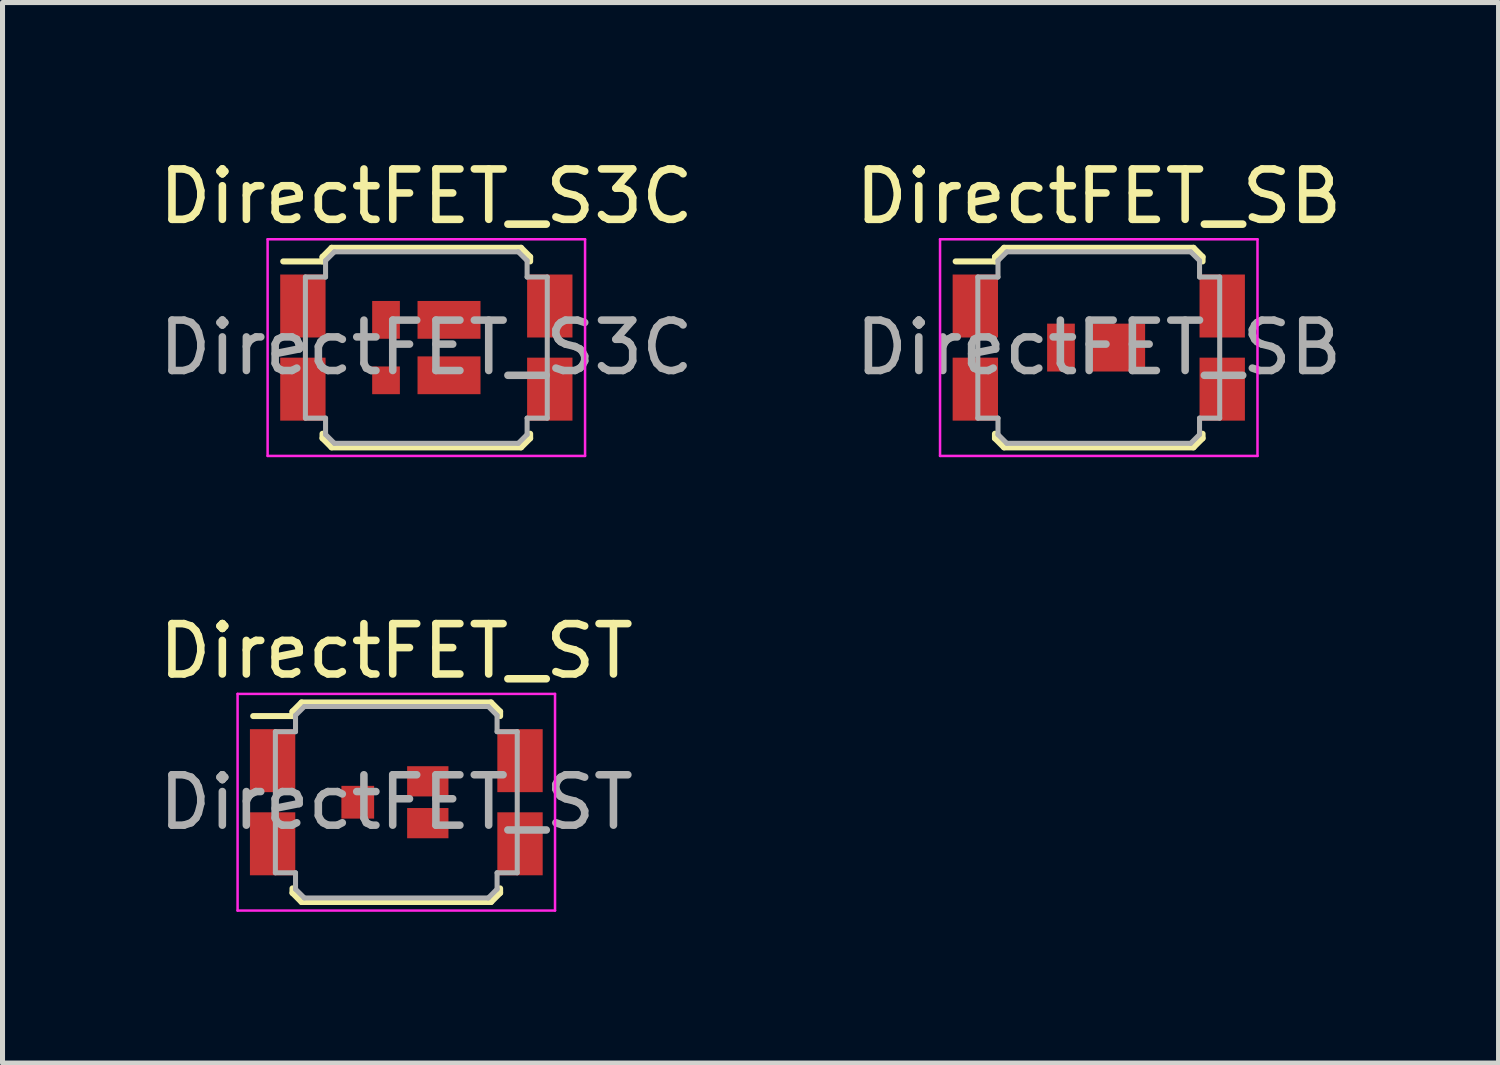
<source format=kicad_pcb>
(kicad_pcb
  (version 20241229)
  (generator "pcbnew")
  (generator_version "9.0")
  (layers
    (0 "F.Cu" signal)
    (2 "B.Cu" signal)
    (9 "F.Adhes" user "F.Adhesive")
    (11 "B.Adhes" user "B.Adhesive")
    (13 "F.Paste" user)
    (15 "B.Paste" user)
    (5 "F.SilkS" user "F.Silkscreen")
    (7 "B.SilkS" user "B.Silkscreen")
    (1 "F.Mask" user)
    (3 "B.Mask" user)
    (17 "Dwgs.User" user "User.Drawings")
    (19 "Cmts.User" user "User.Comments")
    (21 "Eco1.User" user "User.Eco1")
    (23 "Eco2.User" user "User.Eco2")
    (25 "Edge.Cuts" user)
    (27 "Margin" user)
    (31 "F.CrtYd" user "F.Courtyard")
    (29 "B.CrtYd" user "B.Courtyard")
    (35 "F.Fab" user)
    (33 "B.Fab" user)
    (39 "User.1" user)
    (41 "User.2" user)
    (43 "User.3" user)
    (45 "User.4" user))
  (footprint "DirectFET_SB"
    (layer "F.Cu")
    (at 18.756 3.848)
    (property "Reference" "DirectFET_SB" (at 0 -3 0) (layer "F.SilkS") (effects (font (size 1 1) (thickness 0.15))))
    (attr smd)
    (fp_line (start -2.84 -1.71) (end -2.06 -1.71) (stroke (width 0.12) (type solid)) (layer "F.SilkS"))
    (fp_line (start -2.06 -1.8) (end -1.88 -1.98) (stroke (width 0.12) (type solid)) (layer "F.SilkS"))
    (fp_line (start -2.06 -1.71) (end -2.06 -1.8) (stroke (width 0.12) (type solid)) (layer "F.SilkS"))
    (fp_line (start -2.06 1.71) (end -2.06 1.8) (stroke (width 0.12) (type solid)) (layer "F.SilkS"))
    (fp_line (start -2.06 1.8) (end -1.88 1.98) (stroke (width 0.12) (type solid)) (layer "F.SilkS"))
    (fp_line (start -1.88 -1.98) (end 1.88 -1.98) (stroke (width 0.12) (type solid)) (layer "F.SilkS"))
    (fp_line (start -1.88 1.98) (end 1.88 1.98) (stroke (width 0.12) (type solid)) (layer "F.SilkS"))
    (fp_line (start 2.06 -1.8) (end 1.88 -1.98) (stroke (width 0.12) (type solid)) (layer "F.SilkS"))
    (fp_line (start 2.06 -1.71) (end 2.06 -1.8) (stroke (width 0.12) (type solid)) (layer "F.SilkS"))
    (fp_line (start 2.06 1.71) (end 2.06 1.8) (stroke (width 0.12) (type solid)) (layer "F.SilkS"))
    (fp_line (start 2.06 1.8) (end 1.88 1.98) (stroke (width 0.12) (type solid)) (layer "F.SilkS"))
    (fp_line (start -3.15 -2.15) (end -3.15 2.15) (stroke (width 0.05) (type solid)) (layer "F.CrtYd"))
    (fp_line (start -3.15 -2.15) (end 3.15 -2.15) (stroke (width 0.05) (type solid)) (layer "F.CrtYd"))
    (fp_line (start -3.15 2.15) (end 3.15 2.15) (stroke (width 0.05) (type solid)) (layer "F.CrtYd"))
    (fp_line (start 3.15 -2.15) (end 3.15 2.15) (stroke (width 0.05) (type solid)) (layer "F.CrtYd"))
    (fp_line (start -2.4 -1.4) (end -2 -1.4) (stroke (width 0.1) (type solid)) (layer "F.Fab"))
    (fp_line (start -2.4 1.4) (end -2.4 -1.4) (stroke (width 0.1) (type solid)) (layer "F.Fab"))
    (fp_line (start -2.4 1.4) (end -2 1.4) (stroke (width 0.1) (type solid)) (layer "F.Fab"))
    (fp_line (start -2 -1.725) (end -1.825 -1.9) (stroke (width 0.1) (type solid)) (layer "F.Fab"))
    (fp_line (start -2 -1.4) (end -2 -1.725) (stroke (width 0.1) (type solid)) (layer "F.Fab"))
    (fp_line (start -2 1.4) (end -2 1.725) (stroke (width 0.1) (type solid)) (layer "F.Fab"))
    (fp_line (start -2 1.725) (end -1.825 1.9) (stroke (width 0.1) (type solid)) (layer "F.Fab"))
    (fp_line (start -1.825 -1.9) (end 1.825 -1.9) (stroke (width 0.1) (type solid)) (layer "F.Fab"))
    (fp_line (start -1.825 1.9) (end 1.825 1.9) (stroke (width 0.1) (type solid)) (layer "F.Fab"))
    (fp_line (start 1.825 -1.9) (end 2 -1.725) (stroke (width 0.1) (type solid)) (layer "F.Fab"))
    (fp_line (start 1.825 1.9) (end 2 1.725) (stroke (width 0.1) (type solid)) (layer "F.Fab"))
    (fp_line (start 2 -1.4) (end 2 -1.725) (stroke (width 0.1) (type solid)) (layer "F.Fab"))
    (fp_line (start 2 1.4) (end 2 1.725) (stroke (width 0.1) (type solid)) (layer "F.Fab"))
    (fp_line (start 2.4 -1.4) (end 2 -1.4) (stroke (width 0.1) (type solid)) (layer "F.Fab"))
    (fp_line (start 2.4 1.4) (end 2 1.4) (stroke (width 0.1) (type solid)) (layer "F.Fab"))
    (fp_line (start 2.4 1.4) (end 2.4 -1.4) (stroke (width 0.1) (type solid)) (layer "F.Fab"))
    (fp_text user "${REFERENCE}" (at 0 0 0) (layer "F.Fab") (effects (font (size 1 1) (thickness 0.15))))
    (pad "1" smd rect (at -2.45 -0.825) (size 0.9 1.25) (layers "F.Cu" "F.Mask" "F.Paste"))
    (pad "1" smd rect (at -2.45 0.825) (size 0.9 1.25) (layers "F.Cu" "F.Mask" "F.Paste"))
    (pad "1" smd rect (at 2.45 -0.825) (size 0.9 1.25) (layers "F.Cu" "F.Mask" "F.Paste"))
    (pad "1" smd rect (at 2.45 0.825) (size 0.9 1.25) (layers "F.Cu" "F.Mask" "F.Paste"))
    (pad "2" smd rect (at -0.75 0) (size 0.55 0.95) (layers "F.Cu" "F.Mask" "F.Paste"))
    (pad "3" smd rect (at 0.395 0) (size 1.05 0.95) (layers "F.Cu" "F.Mask" "F.Paste")))
  (footprint "DirectFET_S3C"
    (layer "F.Cu")
    (at 5.411 3.848)
    (property "Reference" "DirectFET_S3C" (at 0 -3 0) (layer "F.SilkS") (effects (font (size 1 1) (thickness 0.15))))
    (attr smd)
    (fp_line (start -2.84 -1.71) (end -2.06 -1.71) (stroke (width 0.12) (type solid)) (layer "F.SilkS"))
    (fp_line (start -2.06 -1.8) (end -1.88 -1.98) (stroke (width 0.12) (type solid)) (layer "F.SilkS"))
    (fp_line (start -2.06 -1.71) (end -2.06 -1.8) (stroke (width 0.12) (type solid)) (layer "F.SilkS"))
    (fp_line (start -2.06 1.71) (end -2.06 1.8) (stroke (width 0.12) (type solid)) (layer "F.SilkS"))
    (fp_line (start -2.06 1.8) (end -1.88 1.98) (stroke (width 0.12) (type solid)) (layer "F.SilkS"))
    (fp_line (start -1.88 -1.98) (end 1.88 -1.98) (stroke (width 0.12) (type solid)) (layer "F.SilkS"))
    (fp_line (start -1.88 1.98) (end 1.88 1.98) (stroke (width 0.12) (type solid)) (layer "F.SilkS"))
    (fp_line (start 2.06 -1.8) (end 1.88 -1.98) (stroke (width 0.12) (type solid)) (layer "F.SilkS"))
    (fp_line (start 2.06 -1.71) (end 2.06 -1.8) (stroke (width 0.12) (type solid)) (layer "F.SilkS"))
    (fp_line (start 2.06 1.71) (end 2.06 1.8) (stroke (width 0.12) (type solid)) (layer "F.SilkS"))
    (fp_line (start 2.06 1.8) (end 1.88 1.98) (stroke (width 0.12) (type solid)) (layer "F.SilkS"))
    (fp_line (start -3.15 -2.15) (end -3.15 2.15) (stroke (width 0.05) (type solid)) (layer "F.CrtYd"))
    (fp_line (start -3.15 -2.15) (end 3.15 -2.15) (stroke (width 0.05) (type solid)) (layer "F.CrtYd"))
    (fp_line (start -3.15 2.15) (end 3.15 2.15) (stroke (width 0.05) (type solid)) (layer "F.CrtYd"))
    (fp_line (start 3.15 -2.15) (end 3.15 2.15) (stroke (width 0.05) (type solid)) (layer "F.CrtYd"))
    (fp_line (start -2.4 -1.4) (end -2 -1.4) (stroke (width 0.1) (type solid)) (layer "F.Fab"))
    (fp_line (start -2.4 1.4) (end -2.4 -1.4) (stroke (width 0.1) (type solid)) (layer "F.Fab"))
    (fp_line (start -2.4 1.4) (end -2 1.4) (stroke (width 0.1) (type solid)) (layer "F.Fab"))
    (fp_line (start -2 -1.725) (end -1.825 -1.9) (stroke (width 0.1) (type solid)) (layer "F.Fab"))
    (fp_line (start -2 -1.4) (end -2 -1.725) (stroke (width 0.1) (type solid)) (layer "F.Fab"))
    (fp_line (start -2 1.4) (end -2 1.725) (stroke (width 0.1) (type solid)) (layer "F.Fab"))
    (fp_line (start -2 1.725) (end -1.825 1.9) (stroke (width 0.1) (type solid)) (layer "F.Fab"))
    (fp_line (start -1.825 -1.9) (end 1.825 -1.9) (stroke (width 0.1) (type solid)) (layer "F.Fab"))
    (fp_line (start -1.825 1.9) (end 1.825 1.9) (stroke (width 0.1) (type solid)) (layer "F.Fab"))
    (fp_line (start 1.825 -1.9) (end 2 -1.725) (stroke (width 0.1) (type solid)) (layer "F.Fab"))
    (fp_line (start 1.825 1.9) (end 2 1.725) (stroke (width 0.1) (type solid)) (layer "F.Fab"))
    (fp_line (start 2 -1.4) (end 2 -1.725) (stroke (width 0.1) (type solid)) (layer "F.Fab"))
    (fp_line (start 2 1.4) (end 2 1.725) (stroke (width 0.1) (type solid)) (layer "F.Fab"))
    (fp_line (start 2.4 -1.4) (end 2 -1.4) (stroke (width 0.1) (type solid)) (layer "F.Fab"))
    (fp_line (start 2.4 1.4) (end 2 1.4) (stroke (width 0.1) (type solid)) (layer "F.Fab"))
    (fp_line (start 2.4 1.4) (end 2.4 -1.4) (stroke (width 0.1) (type solid)) (layer "F.Fab"))
    (fp_text user "${REFERENCE}" (at 0 0 0) (layer "F.Fab") (effects (font (size 1 1) (thickness 0.15))))
    (pad "1" smd rect (at -2.45 -0.825) (size 0.9 1.25) (layers "F.Cu" "F.Mask" "F.Paste"))
    (pad "1" smd rect (at -2.45 0.825) (size 0.9 1.25) (layers "F.Cu" "F.Mask" "F.Paste"))
    (pad "1" smd rect (at 2.45 -0.825) (size 0.9 1.25) (layers "F.Cu" "F.Mask" "F.Paste"))
    (pad "1" smd rect (at 2.45 0.825) (size 0.9 1.25) (layers "F.Cu" "F.Mask" "F.Paste"))
    (pad "2" smd rect (at -0.8 0.65) (size 0.55 0.55) (layers "F.Cu" "F.Mask" "F.Paste"))
    (pad "3" smd rect (at -0.8 -0.55) (size 0.55 0.75) (layers "F.Cu" "F.Mask" "F.Paste"))
    (pad "3" smd rect (at 0.45 -0.55) (size 1.25 0.75) (layers "F.Cu" "F.Mask" "F.Paste"))
    (pad "3" smd rect (at 0.45 0.55) (size 1.25 0.75) (layers "F.Cu" "F.Mask" "F.Paste")))
  (footprint "DirectFET_ST"
    (layer "F.Cu")
    (at 4.815 12.871)
    (property "Reference" "DirectFET_ST" (at 0 -3 0) (layer "F.SilkS") (effects (font (size 1 1) (thickness 0.15))))
    (attr smd)
    (fp_line (start -2.84 -1.71) (end -2.06 -1.71) (stroke (width 0.12) (type solid)) (layer "F.SilkS"))
    (fp_line (start -2.06 -1.8) (end -1.88 -1.98) (stroke (width 0.12) (type solid)) (layer "F.SilkS"))
    (fp_line (start -2.06 -1.71) (end -2.06 -1.8) (stroke (width 0.12) (type solid)) (layer "F.SilkS"))
    (fp_line (start -2.06 1.71) (end -2.06 1.8) (stroke (width 0.12) (type solid)) (layer "F.SilkS"))
    (fp_line (start -2.06 1.8) (end -1.88 1.98) (stroke (width 0.12) (type solid)) (layer "F.SilkS"))
    (fp_line (start -1.88 -1.98) (end 1.88 -1.98) (stroke (width 0.12) (type solid)) (layer "F.SilkS"))
    (fp_line (start -1.88 1.98) (end 1.88 1.98) (stroke (width 0.12) (type solid)) (layer "F.SilkS"))
    (fp_line (start 2.06 -1.8) (end 1.88 -1.98) (stroke (width 0.12) (type solid)) (layer "F.SilkS"))
    (fp_line (start 2.06 -1.71) (end 2.06 -1.8) (stroke (width 0.12) (type solid)) (layer "F.SilkS"))
    (fp_line (start 2.06 1.71) (end 2.06 1.8) (stroke (width 0.12) (type solid)) (layer "F.SilkS"))
    (fp_line (start 2.06 1.8) (end 1.88 1.98) (stroke (width 0.12) (type solid)) (layer "F.SilkS"))
    (fp_line (start -3.15 -2.15) (end -3.15 2.15) (stroke (width 0.05) (type solid)) (layer "F.CrtYd"))
    (fp_line (start -3.15 -2.15) (end 3.15 -2.15) (stroke (width 0.05) (type solid)) (layer "F.CrtYd"))
    (fp_line (start -3.15 2.15) (end 3.15 2.15) (stroke (width 0.05) (type solid)) (layer "F.CrtYd"))
    (fp_line (start 3.15 -2.15) (end 3.15 2.15) (stroke (width 0.05) (type solid)) (layer "F.CrtYd"))
    (fp_line (start -2.4 -1.4) (end -2 -1.4) (stroke (width 0.1) (type solid)) (layer "F.Fab"))
    (fp_line (start -2.4 1.4) (end -2.4 -1.4) (stroke (width 0.1) (type solid)) (layer "F.Fab"))
    (fp_line (start -2.4 1.4) (end -2 1.4) (stroke (width 0.1) (type solid)) (layer "F.Fab"))
    (fp_line (start -2 -1.725) (end -1.825 -1.9) (stroke (width 0.1) (type solid)) (layer "F.Fab"))
    (fp_line (start -2 -1.4) (end -2 -1.725) (stroke (width 0.1) (type solid)) (layer "F.Fab"))
    (fp_line (start -2 1.4) (end -2 1.725) (stroke (width 0.1) (type solid)) (layer "F.Fab"))
    (fp_line (start -2 1.725) (end -1.825 1.9) (stroke (width 0.1) (type solid)) (layer "F.Fab"))
    (fp_line (start -1.825 -1.9) (end 1.825 -1.9) (stroke (width 0.1) (type solid)) (layer "F.Fab"))
    (fp_line (start -1.825 1.9) (end 1.825 1.9) (stroke (width 0.1) (type solid)) (layer "F.Fab"))
    (fp_line (start 1.825 -1.9) (end 2 -1.725) (stroke (width 0.1) (type solid)) (layer "F.Fab"))
    (fp_line (start 1.825 1.9) (end 2 1.725) (stroke (width 0.1) (type solid)) (layer "F.Fab"))
    (fp_line (start 2 -1.4) (end 2 -1.725) (stroke (width 0.1) (type solid)) (layer "F.Fab"))
    (fp_line (start 2 1.4) (end 2 1.725) (stroke (width 0.1) (type solid)) (layer "F.Fab"))
    (fp_line (start 2.4 -1.4) (end 2 -1.4) (stroke (width 0.1) (type solid)) (layer "F.Fab"))
    (fp_line (start 2.4 1.4) (end 2 1.4) (stroke (width 0.1) (type solid)) (layer "F.Fab"))
    (fp_line (start 2.4 1.4) (end 2.4 -1.4) (stroke (width 0.1) (type solid)) (layer "F.Fab"))
    (fp_text user "${REFERENCE}" (at 0 0 0) (layer "F.Fab") (effects (font (size 1 1) (thickness 0.15))))
    (pad "1" smd rect (at -2.455 -0.825) (size 0.9 1.25) (layers "F.Cu" "F.Mask" "F.Paste"))
    (pad "1" smd rect (at -2.455 0.825) (size 0.9 1.25) (layers "F.Cu" "F.Mask" "F.Paste"))
    (pad "1" smd rect (at 2.455 -0.825) (size 0.9 1.25) (layers "F.Cu" "F.Mask" "F.Paste"))
    (pad "1" smd rect (at 2.455 0.825) (size 0.9 1.25) (layers "F.Cu" "F.Mask" "F.Paste"))
    (pad "2" smd rect (at -0.765 0) (size 0.65 0.65) (layers "F.Cu" "F.Mask" "F.Paste"))
    (pad "3" smd rect (at 0.625 -0.415) (size 0.82 0.6) (layers "F.Cu" "F.Mask" "F.Paste"))
    (pad "3" smd rect (at 0.625 0.415) (size 0.82 0.6) (layers "F.Cu" "F.Mask" "F.Paste")))
  (gr_rect
    (start -3 -3)
    (end 26.69 18.047)
    (stroke (width 0.1) (type default))
    (fill no)
    (layer "Edge.Cuts")))
</source>
